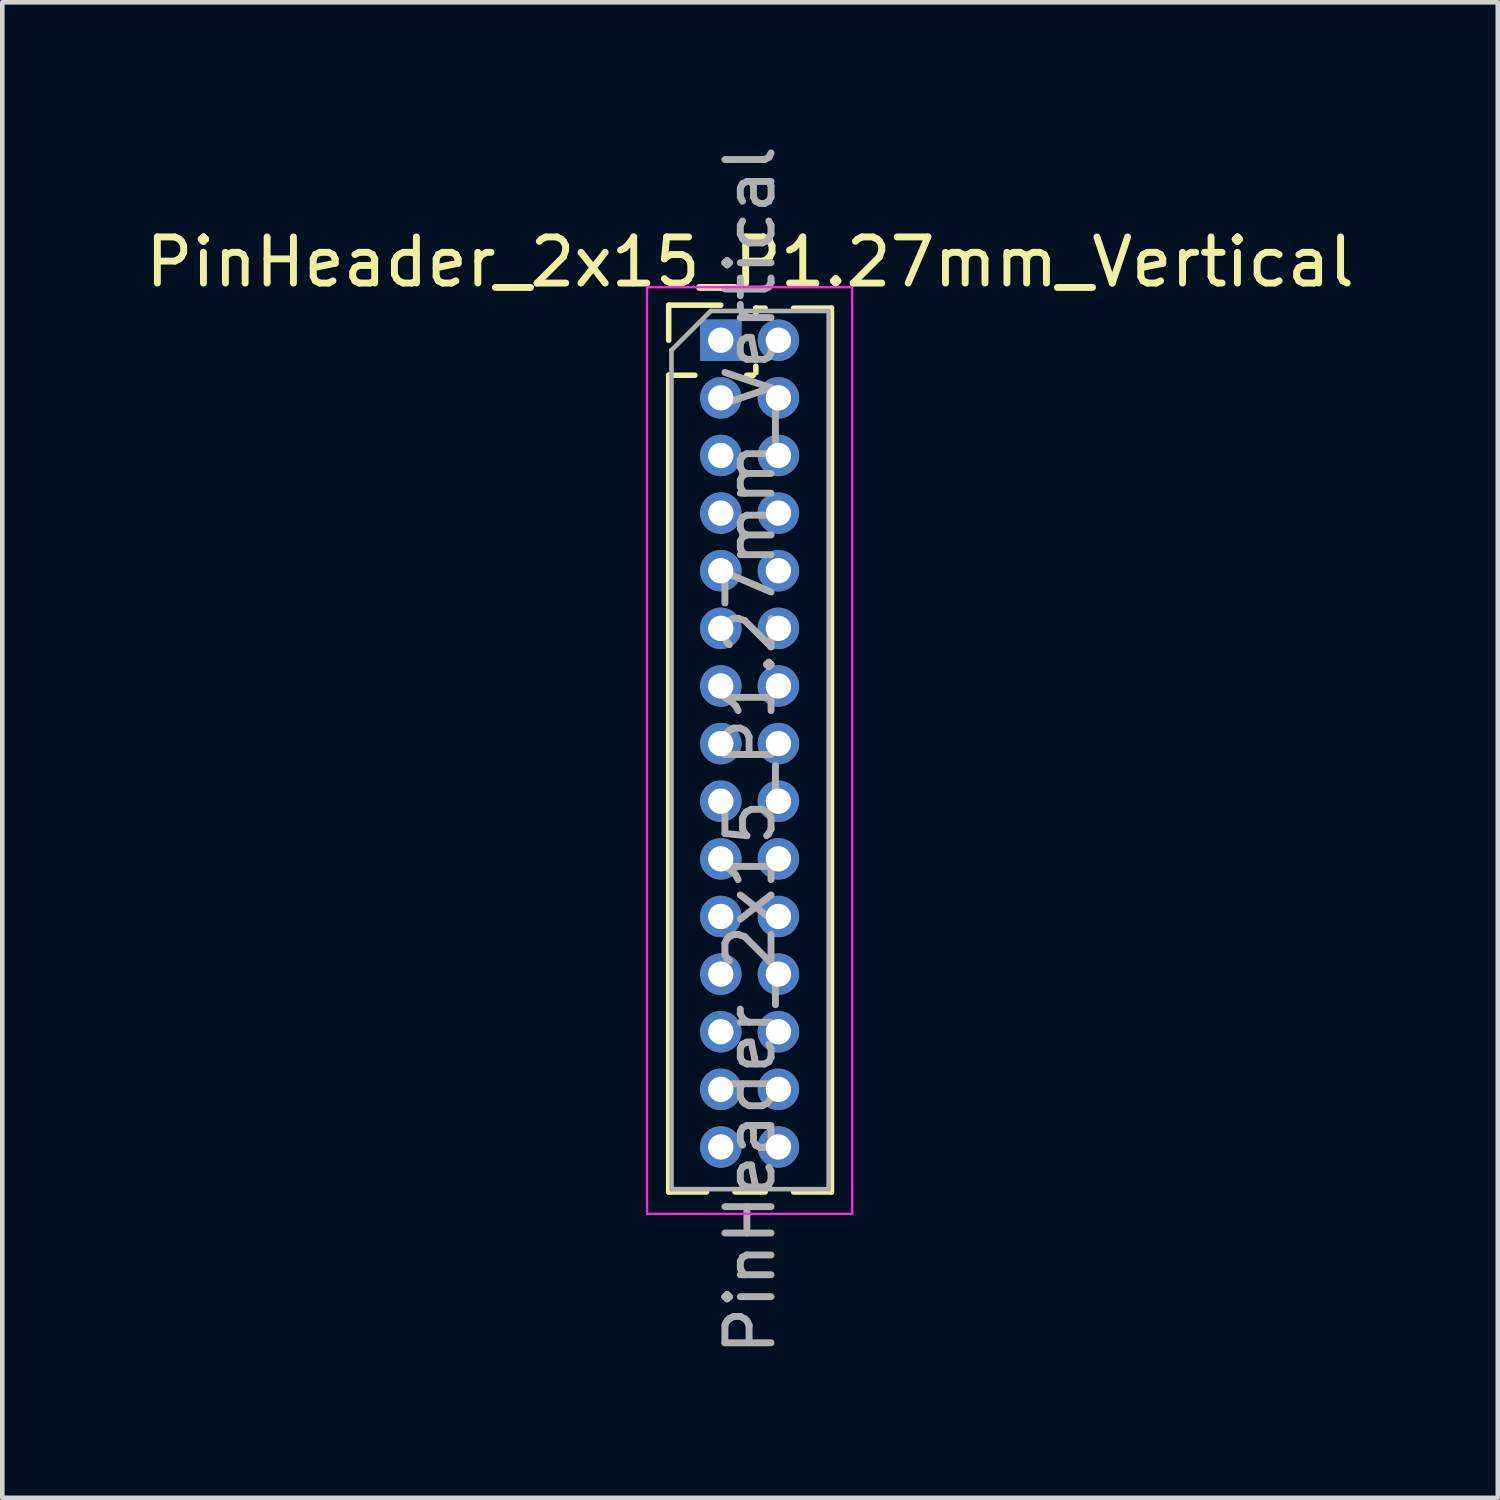
<source format=kicad_pcb>
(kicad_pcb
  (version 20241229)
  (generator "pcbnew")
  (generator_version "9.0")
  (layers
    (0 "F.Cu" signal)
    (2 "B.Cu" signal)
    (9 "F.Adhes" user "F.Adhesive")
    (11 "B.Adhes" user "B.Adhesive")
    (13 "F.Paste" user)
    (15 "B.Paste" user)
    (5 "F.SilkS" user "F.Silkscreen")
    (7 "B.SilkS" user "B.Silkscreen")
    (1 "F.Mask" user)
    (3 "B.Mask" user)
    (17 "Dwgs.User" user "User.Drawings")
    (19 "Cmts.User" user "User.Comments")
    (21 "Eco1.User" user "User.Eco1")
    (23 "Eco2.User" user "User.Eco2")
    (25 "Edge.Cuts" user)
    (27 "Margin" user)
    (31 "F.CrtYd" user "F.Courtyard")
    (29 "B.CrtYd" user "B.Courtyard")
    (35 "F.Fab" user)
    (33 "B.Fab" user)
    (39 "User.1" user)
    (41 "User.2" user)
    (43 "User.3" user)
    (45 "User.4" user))
  (footprint "PinHeader_2x15_P1.27mm_Vertical"
    (layer "F.Cu")
    (at 12.585 4.33)
    (property "Reference" "PinHeader_2x15_P1.27mm_Vertical" (at 0.635 -1.695 0) (layer "F.SilkS") (effects (font (size 1 1) (thickness 0.15))))
    (attr through_hole)
    (fp_line (start -1.13 -0.76) (end 0 -0.76) (stroke (width 0.12) (type solid)) (layer "F.SilkS"))
    (fp_line (start -1.13 0) (end -1.13 -0.76) (stroke (width 0.12) (type solid)) (layer "F.SilkS"))
    (fp_line (start -1.13 0.76) (end -1.13 18.475) (stroke (width 0.12) (type solid)) (layer "F.SilkS"))
    (fp_line (start -1.13 0.76) (end -0.563 0.76) (stroke (width 0.12) (type solid)) (layer "F.SilkS"))
    (fp_line (start -1.13 18.475) (end -0.308 18.475) (stroke (width 0.12) (type solid)) (layer "F.SilkS"))
    (fp_line (start 0.308 18.475) (end 0.962 18.475) (stroke (width 0.12) (type solid)) (layer "F.SilkS"))
    (fp_line (start 0.563 0.76) (end 0.707 0.76) (stroke (width 0.12) (type solid)) (layer "F.SilkS"))
    (fp_line (start 0.76 -0.695) (end 0.962 -0.695) (stroke (width 0.12) (type solid)) (layer "F.SilkS"))
    (fp_line (start 0.76 -0.563) (end 0.76 -0.695) (stroke (width 0.12) (type solid)) (layer "F.SilkS"))
    (fp_line (start 0.76 0.707) (end 0.76 0.563) (stroke (width 0.12) (type solid)) (layer "F.SilkS"))
    (fp_line (start 1.578 -0.695) (end 2.4 -0.695) (stroke (width 0.12) (type solid)) (layer "F.SilkS"))
    (fp_line (start 1.578 18.475) (end 2.4 18.475) (stroke (width 0.12) (type solid)) (layer "F.SilkS"))
    (fp_line (start 2.4 -0.695) (end 2.4 18.475) (stroke (width 0.12) (type solid)) (layer "F.SilkS"))
    (fp_line (start -1.6 -1.15) (end -1.6 18.95) (stroke (width 0.05) (type solid)) (layer "F.CrtYd"))
    (fp_line (start -1.6 18.95) (end 2.85 18.95) (stroke (width 0.05) (type solid)) (layer "F.CrtYd"))
    (fp_line (start 2.85 -1.15) (end -1.6 -1.15) (stroke (width 0.05) (type solid)) (layer "F.CrtYd"))
    (fp_line (start 2.85 18.95) (end 2.85 -1.15) (stroke (width 0.05) (type solid)) (layer "F.CrtYd"))
    (fp_line (start -1.07 0.217) (end -0.217 -0.635) (stroke (width 0.1) (type solid)) (layer "F.Fab"))
    (fp_line (start -1.07 18.415) (end -1.07 0.217) (stroke (width 0.1) (type solid)) (layer "F.Fab"))
    (fp_line (start -0.217 -0.635) (end 2.34 -0.635) (stroke (width 0.1) (type solid)) (layer "F.Fab"))
    (fp_line (start 2.34 -0.635) (end 2.34 18.415) (stroke (width 0.1) (type solid)) (layer "F.Fab"))
    (fp_line (start 2.34 18.415) (end -1.07 18.415) (stroke (width 0.1) (type solid)) (layer "F.Fab"))
    (fp_text user "${REFERENCE}" (at 0.635 8.89 90) (layer "F.Fab") (effects (font (size 1 1) (thickness 0.15))))
    (pad "1" thru_hole rect (at 0 0) (size 0.9 0.9) (drill 0.55) (layers "*.Cu" "*.Mask"))
    (pad "2" thru_hole circle (at 1.25 0) (size 0.9 0.9) (drill 0.55) (layers "*.Cu" "*.Mask"))
    (pad "3" thru_hole circle (at 0 1.25) (size 0.9 0.9) (drill 0.55) (layers "*.Cu" "*.Mask"))
    (pad "4" thru_hole circle (at 1.25 1.25) (size 0.9 0.9) (drill 0.55) (layers "*.Cu" "*.Mask"))
    (pad "5" thru_hole circle (at 0 2.5) (size 0.9 0.9) (drill 0.55) (layers "*.Cu" "*.Mask"))
    (pad "6" thru_hole circle (at 1.25 2.5) (size 0.9 0.9) (drill 0.55) (layers "*.Cu" "*.Mask"))
    (pad "7" thru_hole circle (at 0 3.75) (size 0.9 0.9) (drill 0.55) (layers "*.Cu" "*.Mask"))
    (pad "8" thru_hole circle (at 1.25 3.75) (size 0.9 0.9) (drill 0.55) (layers "*.Cu" "*.Mask"))
    (pad "9" thru_hole circle (at 0 5) (size 0.9 0.9) (drill 0.55) (layers "*.Cu" "*.Mask"))
    (pad "10" thru_hole circle (at 1.25 5) (size 0.9 0.9) (drill 0.55) (layers "*.Cu" "*.Mask"))
    (pad "11" thru_hole circle (at 0 6.25) (size 0.9 0.9) (drill 0.55) (layers "*.Cu" "*.Mask"))
    (pad "12" thru_hole circle (at 1.25 6.25) (size 0.9 0.9) (drill 0.55) (layers "*.Cu" "*.Mask"))
    (pad "13" thru_hole circle (at 0 7.5) (size 0.9 0.9) (drill 0.55) (layers "*.Cu" "*.Mask"))
    (pad "14" thru_hole circle (at 1.25 7.5) (size 0.9 0.9) (drill 0.55) (layers "*.Cu" "*.Mask"))
    (pad "15" thru_hole circle (at 0 8.75) (size 0.9 0.9) (drill 0.55) (layers "*.Cu" "*.Mask"))
    (pad "16" thru_hole circle (at 1.25 8.75) (size 0.9 0.9) (drill 0.55) (layers "*.Cu" "*.Mask"))
    (pad "17" thru_hole circle (at 0 10) (size 0.9 0.9) (drill 0.55) (layers "*.Cu" "*.Mask"))
    (pad "18" thru_hole circle (at 1.25 10) (size 0.9 0.9) (drill 0.55) (layers "*.Cu" "*.Mask"))
    (pad "19" thru_hole circle (at 0 11.25) (size 0.9 0.9) (drill 0.55) (layers "*.Cu" "*.Mask"))
    (pad "20" thru_hole circle (at 1.25 11.25) (size 0.9 0.9) (drill 0.55) (layers "*.Cu" "*.Mask"))
    (pad "21" thru_hole circle (at 0 12.5) (size 0.9 0.9) (drill 0.55) (layers "*.Cu" "*.Mask"))
    (pad "22" thru_hole circle (at 1.25 12.5) (size 0.9 0.9) (drill 0.55) (layers "*.Cu" "*.Mask"))
    (pad "23" thru_hole circle (at 0 13.75) (size 0.9 0.9) (drill 0.55) (layers "*.Cu" "*.Mask"))
    (pad "24" thru_hole circle (at 1.25 13.75) (size 0.9 0.9) (drill 0.55) (layers "*.Cu" "*.Mask"))
    (pad "25" thru_hole circle (at 0 15) (size 0.9 0.9) (drill 0.55) (layers "*.Cu" "*.Mask"))
    (pad "26" thru_hole circle (at 1.25 15) (size 0.9 0.9) (drill 0.55) (layers "*.Cu" "*.Mask"))
    (pad "27" thru_hole circle (at 0 16.25) (size 0.9 0.9) (drill 0.55) (layers "*.Cu" "*.Mask"))
    (pad "28" thru_hole circle (at 1.25 16.25) (size 0.9 0.9) (drill 0.55) (layers "*.Cu" "*.Mask"))
    (pad "29" thru_hole circle (at 0 17.5) (size 0.9 0.9) (drill 0.55) (layers "*.Cu" "*.Mask"))
    (pad "30" thru_hole circle (at 1.25 17.5) (size 0.9 0.9) (drill 0.55) (layers "*.Cu" "*.Mask")))
  (gr_rect
    (start -3 -3)
    (end 29.44 29.44)
    (stroke (width 0.1) (type default))
    (fill no)
    (layer "Edge.Cuts")))
</source>
